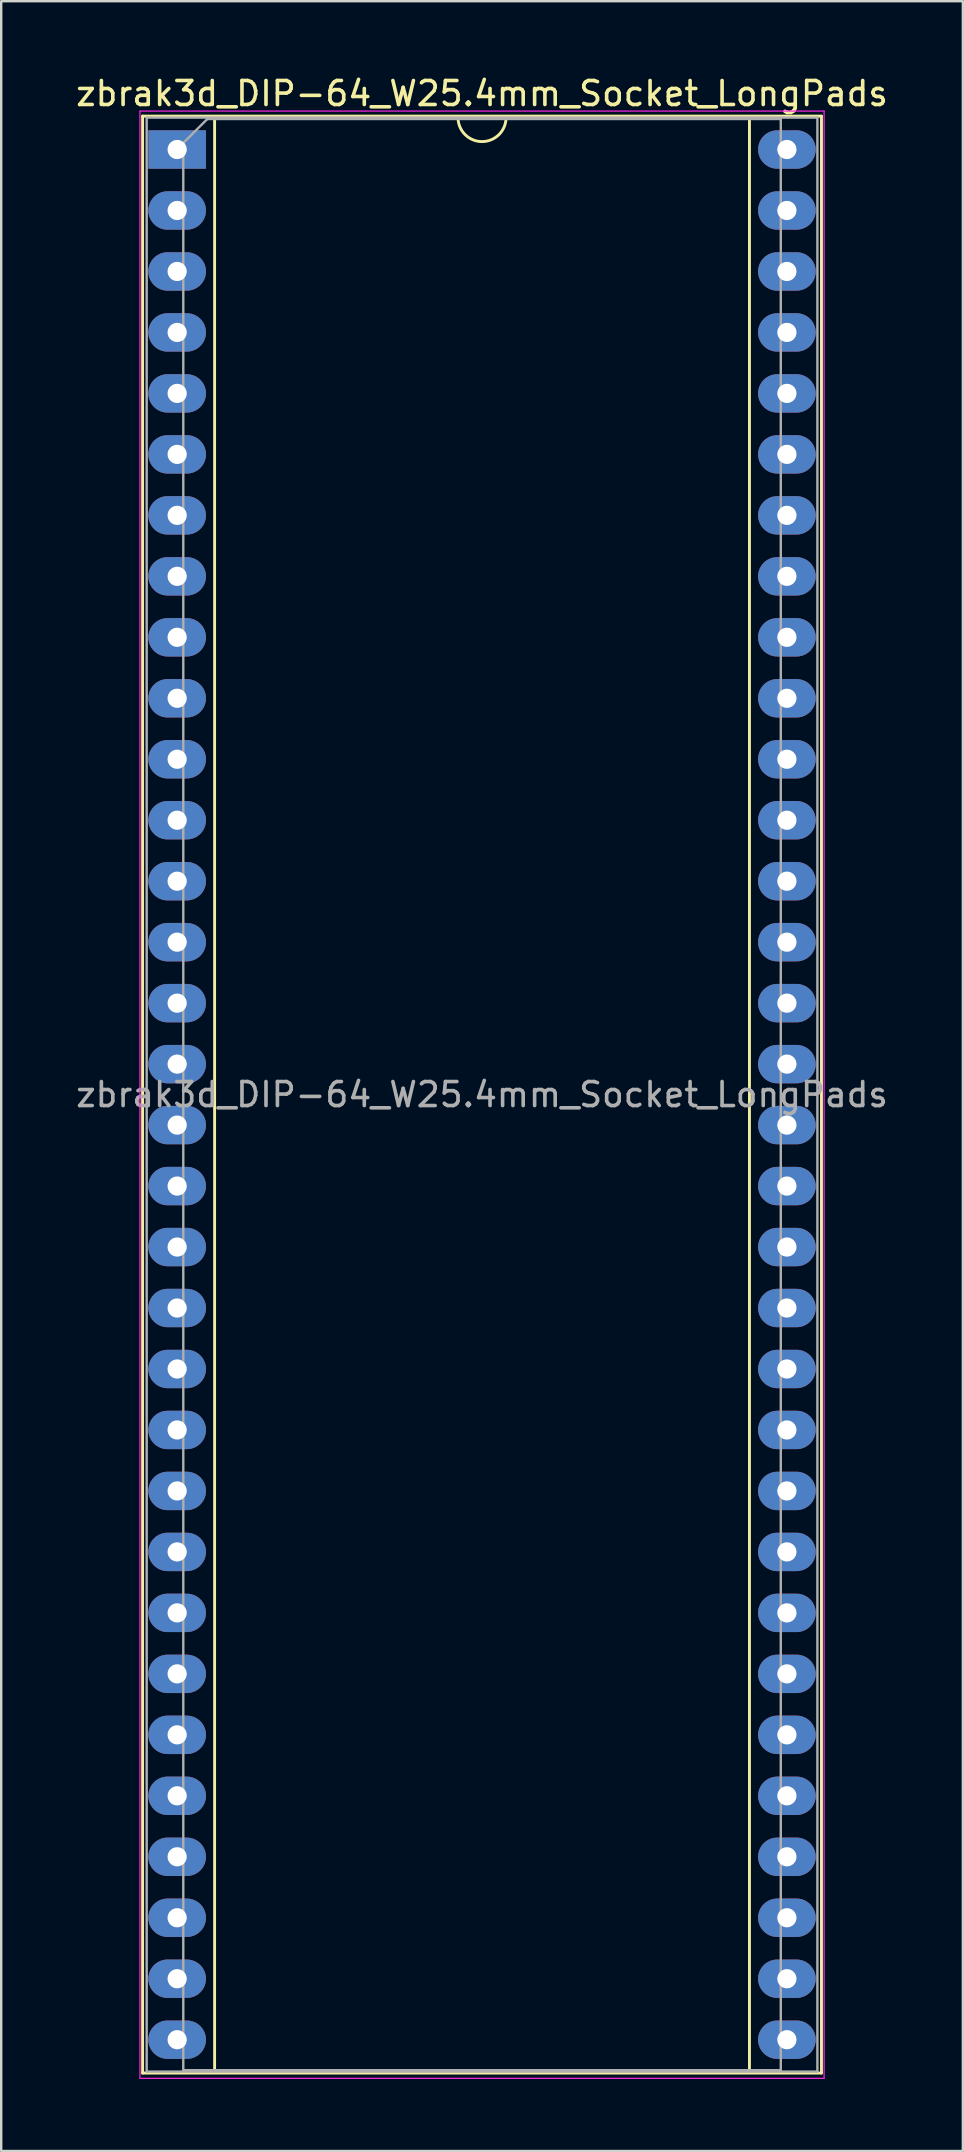
<source format=kicad_pcb>
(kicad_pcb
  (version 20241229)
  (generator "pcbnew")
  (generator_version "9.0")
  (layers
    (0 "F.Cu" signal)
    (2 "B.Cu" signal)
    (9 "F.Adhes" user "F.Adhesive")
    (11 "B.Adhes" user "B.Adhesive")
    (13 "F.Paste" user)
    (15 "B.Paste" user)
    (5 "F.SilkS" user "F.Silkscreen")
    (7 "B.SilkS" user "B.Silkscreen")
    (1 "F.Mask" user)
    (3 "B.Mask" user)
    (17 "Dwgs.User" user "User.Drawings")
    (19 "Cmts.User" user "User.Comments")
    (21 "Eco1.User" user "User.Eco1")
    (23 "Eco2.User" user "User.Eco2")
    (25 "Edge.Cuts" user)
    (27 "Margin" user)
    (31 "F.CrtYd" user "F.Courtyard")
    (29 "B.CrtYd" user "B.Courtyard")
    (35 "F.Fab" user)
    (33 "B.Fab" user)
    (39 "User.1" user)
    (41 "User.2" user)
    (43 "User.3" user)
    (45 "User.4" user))
  (footprint "zbrak3d_DIP-64_W25.4mm_Socket_LongPads"
    (layer "F.Cu")
    (at 4.33 3.178)
    (property "Reference" "zbrak3d_DIP-64_W25.4mm_Socket_LongPads" (at 12.7 -2.33 0) (layer "F.SilkS") (effects (font (size 1 1) (thickness 0.15))))
    (attr through_hole)
    (fp_line (start -1.44 -1.39) (end -1.44 80.13) (stroke (width 0.12) (type solid)) (layer "F.SilkS"))
    (fp_line (start -1.44 80.13) (end 26.84 80.13) (stroke (width 0.12) (type solid)) (layer "F.SilkS"))
    (fp_line (start 1.56 -1.33) (end 1.56 80.07) (stroke (width 0.12) (type solid)) (layer "F.SilkS"))
    (fp_line (start 1.56 80.07) (end 23.84 80.07) (stroke (width 0.12) (type solid)) (layer "F.SilkS"))
    (fp_line (start 11.7 -1.33) (end 1.56 -1.33) (stroke (width 0.12) (type solid)) (layer "F.SilkS"))
    (fp_line (start 23.84 -1.33) (end 13.7 -1.33) (stroke (width 0.12) (type solid)) (layer "F.SilkS"))
    (fp_line (start 23.84 80.07) (end 23.84 -1.33) (stroke (width 0.12) (type solid)) (layer "F.SilkS"))
    (fp_line (start 26.84 -1.39) (end -1.44 -1.39) (stroke (width 0.12) (type solid)) (layer "F.SilkS"))
    (fp_line (start 26.84 80.13) (end 26.84 -1.39) (stroke (width 0.12) (type solid)) (layer "F.SilkS"))
    (fp_arc (start 13.7 -1.33) (mid 12.7 -0.33) (end 11.7 -1.33) (stroke (width 0.12) (type solid)) (layer "F.SilkS"))
    (fp_line (start -1.55 -1.6) (end -1.55 80.35) (stroke (width 0.05) (type solid)) (layer "F.CrtYd"))
    (fp_line (start -1.55 80.35) (end 26.95 80.35) (stroke (width 0.05) (type solid)) (layer "F.CrtYd"))
    (fp_line (start 26.95 -1.6) (end -1.55 -1.6) (stroke (width 0.05) (type solid)) (layer "F.CrtYd"))
    (fp_line (start 26.95 80.35) (end 26.95 -1.6) (stroke (width 0.05) (type solid)) (layer "F.CrtYd"))
    (fp_line (start -1.27 -1.33) (end -1.27 80.07) (stroke (width 0.1) (type solid)) (layer "F.Fab"))
    (fp_line (start -1.27 80.07) (end 26.67 80.07) (stroke (width 0.1) (type solid)) (layer "F.Fab"))
    (fp_line (start 0.255 -0.27) (end 1.255 -1.27) (stroke (width 0.1) (type solid)) (layer "F.Fab"))
    (fp_line (start 0.255 80.01) (end 0.255 -0.27) (stroke (width 0.1) (type solid)) (layer "F.Fab"))
    (fp_line (start 1.255 -1.27) (end 25.145 -1.27) (stroke (width 0.1) (type solid)) (layer "F.Fab"))
    (fp_line (start 25.145 -1.27) (end 25.145 80.01) (stroke (width 0.1) (type solid)) (layer "F.Fab"))
    (fp_line (start 25.145 80.01) (end 0.255 80.01) (stroke (width 0.1) (type solid)) (layer "F.Fab"))
    (fp_line (start 26.67 -1.33) (end -1.27 -1.33) (stroke (width 0.1) (type solid)) (layer "F.Fab"))
    (fp_line (start 26.67 80.07) (end 26.67 -1.33) (stroke (width 0.1) (type solid)) (layer "F.Fab"))
    (fp_text user "${REFERENCE}" (at 12.7 39.37 0) (layer "F.Fab") (effects (font (size 1 1) (thickness 0.15))))
    (pad "1" thru_hole rect (at 0 0) (size 2.4 1.6) (drill 0.8) (layers "*.Cu" "*.Mask"))
    (pad "2" thru_hole oval (at 0 2.54) (size 2.4 1.6) (drill 0.8) (layers "*.Cu" "*.Mask"))
    (pad "3" thru_hole oval (at 0 5.08) (size 2.4 1.6) (drill 0.8) (layers "*.Cu" "*.Mask"))
    (pad "4" thru_hole oval (at 0 7.62) (size 2.4 1.6) (drill 0.8) (layers "*.Cu" "*.Mask"))
    (pad "5" thru_hole oval (at 0 10.16) (size 2.4 1.6) (drill 0.8) (layers "*.Cu" "*.Mask"))
    (pad "6" thru_hole oval (at 0 12.7) (size 2.4 1.6) (drill 0.8) (layers "*.Cu" "*.Mask"))
    (pad "7" thru_hole oval (at 0 15.24) (size 2.4 1.6) (drill 0.8) (layers "*.Cu" "*.Mask"))
    (pad "8" thru_hole oval (at 0 17.78) (size 2.4 1.6) (drill 0.8) (layers "*.Cu" "*.Mask"))
    (pad "9" thru_hole oval (at 0 20.32) (size 2.4 1.6) (drill 0.8) (layers "*.Cu" "*.Mask"))
    (pad "10" thru_hole oval (at 0 22.86) (size 2.4 1.6) (drill 0.8) (layers "*.Cu" "*.Mask"))
    (pad "11" thru_hole oval (at 0 25.4) (size 2.4 1.6) (drill 0.8) (layers "*.Cu" "*.Mask"))
    (pad "12" thru_hole oval (at 0 27.94) (size 2.4 1.6) (drill 0.8) (layers "*.Cu" "*.Mask"))
    (pad "13" thru_hole oval (at 0 30.48) (size 2.4 1.6) (drill 0.8) (layers "*.Cu" "*.Mask"))
    (pad "14" thru_hole oval (at 0 33.02) (size 2.4 1.6) (drill 0.8) (layers "*.Cu" "*.Mask"))
    (pad "15" thru_hole oval (at 0 35.56) (size 2.4 1.6) (drill 0.8) (layers "*.Cu" "*.Mask"))
    (pad "16" thru_hole oval (at 0 38.1) (size 2.4 1.6) (drill 0.8) (layers "*.Cu" "*.Mask"))
    (pad "17" thru_hole oval (at 0 40.64) (size 2.4 1.6) (drill 0.8) (layers "*.Cu" "*.Mask"))
    (pad "18" thru_hole oval (at 0 43.18) (size 2.4 1.6) (drill 0.8) (layers "*.Cu" "*.Mask"))
    (pad "19" thru_hole oval (at 0 45.72) (size 2.4 1.6) (drill 0.8) (layers "*.Cu" "*.Mask"))
    (pad "20" thru_hole oval (at 0 48.26) (size 2.4 1.6) (drill 0.8) (layers "*.Cu" "*.Mask"))
    (pad "21" thru_hole oval (at 0 50.8) (size 2.4 1.6) (drill 0.8) (layers "*.Cu" "*.Mask"))
    (pad "22" thru_hole oval (at 0 53.34) (size 2.4 1.6) (drill 0.8) (layers "*.Cu" "*.Mask"))
    (pad "23" thru_hole oval (at 0 55.88) (size 2.4 1.6) (drill 0.8) (layers "*.Cu" "*.Mask"))
    (pad "24" thru_hole oval (at 0 58.42) (size 2.4 1.6) (drill 0.8) (layers "*.Cu" "*.Mask"))
    (pad "25" thru_hole oval (at 0 60.96) (size 2.4 1.6) (drill 0.8) (layers "*.Cu" "*.Mask"))
    (pad "26" thru_hole oval (at 0 63.5) (size 2.4 1.6) (drill 0.8) (layers "*.Cu" "*.Mask"))
    (pad "27" thru_hole oval (at 0 66.04) (size 2.4 1.6) (drill 0.8) (layers "*.Cu" "*.Mask"))
    (pad "28" thru_hole oval (at 0 68.58) (size 2.4 1.6) (drill 0.8) (layers "*.Cu" "*.Mask"))
    (pad "29" thru_hole oval (at 0 71.12) (size 2.4 1.6) (drill 0.8) (layers "*.Cu" "*.Mask"))
    (pad "30" thru_hole oval (at 0 73.66) (size 2.4 1.6) (drill 0.8) (layers "*.Cu" "*.Mask"))
    (pad "31" thru_hole oval (at 0 76.2) (size 2.4 1.6) (drill 0.8) (layers "*.Cu" "*.Mask"))
    (pad "32" thru_hole oval (at 0 78.74) (size 2.4 1.6) (drill 0.8) (layers "*.Cu" "*.Mask"))
    (pad "33" thru_hole oval (at 25.4 78.74) (size 2.4 1.6) (drill 0.8) (layers "*.Cu" "*.Mask"))
    (pad "34" thru_hole oval (at 25.4 76.2) (size 2.4 1.6) (drill 0.8) (layers "*.Cu" "*.Mask"))
    (pad "35" thru_hole oval (at 25.4 73.66) (size 2.4 1.6) (drill 0.8) (layers "*.Cu" "*.Mask"))
    (pad "36" thru_hole oval (at 25.4 71.12) (size 2.4 1.6) (drill 0.8) (layers "*.Cu" "*.Mask"))
    (pad "37" thru_hole oval (at 25.4 68.58) (size 2.4 1.6) (drill 0.8) (layers "*.Cu" "*.Mask"))
    (pad "38" thru_hole oval (at 25.4 66.04) (size 2.4 1.6) (drill 0.8) (layers "*.Cu" "*.Mask"))
    (pad "39" thru_hole oval (at 25.4 63.5) (size 2.4 1.6) (drill 0.8) (layers "*.Cu" "*.Mask"))
    (pad "40" thru_hole oval (at 25.4 60.96) (size 2.4 1.6) (drill 0.8) (layers "*.Cu" "*.Mask"))
    (pad "41" thru_hole oval (at 25.4 58.42) (size 2.4 1.6) (drill 0.8) (layers "*.Cu" "*.Mask"))
    (pad "42" thru_hole oval (at 25.4 55.88) (size 2.4 1.6) (drill 0.8) (layers "*.Cu" "*.Mask"))
    (pad "43" thru_hole oval (at 25.4 53.34) (size 2.4 1.6) (drill 0.8) (layers "*.Cu" "*.Mask"))
    (pad "44" thru_hole oval (at 25.4 50.8) (size 2.4 1.6) (drill 0.8) (layers "*.Cu" "*.Mask"))
    (pad "45" thru_hole oval (at 25.4 48.26) (size 2.4 1.6) (drill 0.8) (layers "*.Cu" "*.Mask"))
    (pad "46" thru_hole oval (at 25.4 45.72) (size 2.4 1.6) (drill 0.8) (layers "*.Cu" "*.Mask"))
    (pad "47" thru_hole oval (at 25.4 43.18) (size 2.4 1.6) (drill 0.8) (layers "*.Cu" "*.Mask"))
    (pad "48" thru_hole oval (at 25.4 40.64) (size 2.4 1.6) (drill 0.8) (layers "*.Cu" "*.Mask"))
    (pad "49" thru_hole oval (at 25.4 38.1) (size 2.4 1.6) (drill 0.8) (layers "*.Cu" "*.Mask"))
    (pad "50" thru_hole oval (at 25.4 35.56) (size 2.4 1.6) (drill 0.8) (layers "*.Cu" "*.Mask"))
    (pad "51" thru_hole oval (at 25.4 33.02) (size 2.4 1.6) (drill 0.8) (layers "*.Cu" "*.Mask"))
    (pad "52" thru_hole oval (at 25.4 30.48) (size 2.4 1.6) (drill 0.8) (layers "*.Cu" "*.Mask"))
    (pad "53" thru_hole oval (at 25.4 27.94) (size 2.4 1.6) (drill 0.8) (layers "*.Cu" "*.Mask"))
    (pad "54" thru_hole oval (at 25.4 25.4) (size 2.4 1.6) (drill 0.8) (layers "*.Cu" "*.Mask"))
    (pad "55" thru_hole oval (at 25.4 22.86) (size 2.4 1.6) (drill 0.8) (layers "*.Cu" "*.Mask"))
    (pad "56" thru_hole oval (at 25.4 20.32) (size 2.4 1.6) (drill 0.8) (layers "*.Cu" "*.Mask"))
    (pad "57" thru_hole oval (at 25.4 17.78) (size 2.4 1.6) (drill 0.8) (layers "*.Cu" "*.Mask"))
    (pad "58" thru_hole oval (at 25.4 15.24) (size 2.4 1.6) (drill 0.8) (layers "*.Cu" "*.Mask"))
    (pad "59" thru_hole oval (at 25.4 12.7) (size 2.4 1.6) (drill 0.8) (layers "*.Cu" "*.Mask"))
    (pad "60" thru_hole oval (at 25.4 10.16) (size 2.4 1.6) (drill 0.8) (layers "*.Cu" "*.Mask"))
    (pad "61" thru_hole oval (at 25.4 7.62) (size 2.4 1.6) (drill 0.8) (layers "*.Cu" "*.Mask"))
    (pad "62" thru_hole oval (at 25.4 5.08) (size 2.4 1.6) (drill 0.8) (layers "*.Cu" "*.Mask"))
    (pad "63" thru_hole oval (at 25.4 2.54) (size 2.4 1.6) (drill 0.8) (layers "*.Cu" "*.Mask"))
    (pad "64" thru_hole oval (at 25.4 0) (size 2.4 1.6) (drill 0.8) (layers "*.Cu" "*.Mask")))
  (gr_rect
    (start -3 -3)
    (end 37.06 86.553)
    (stroke (width 0.1) (type default))
    (fill no)
    (layer "Edge.Cuts")))
</source>
